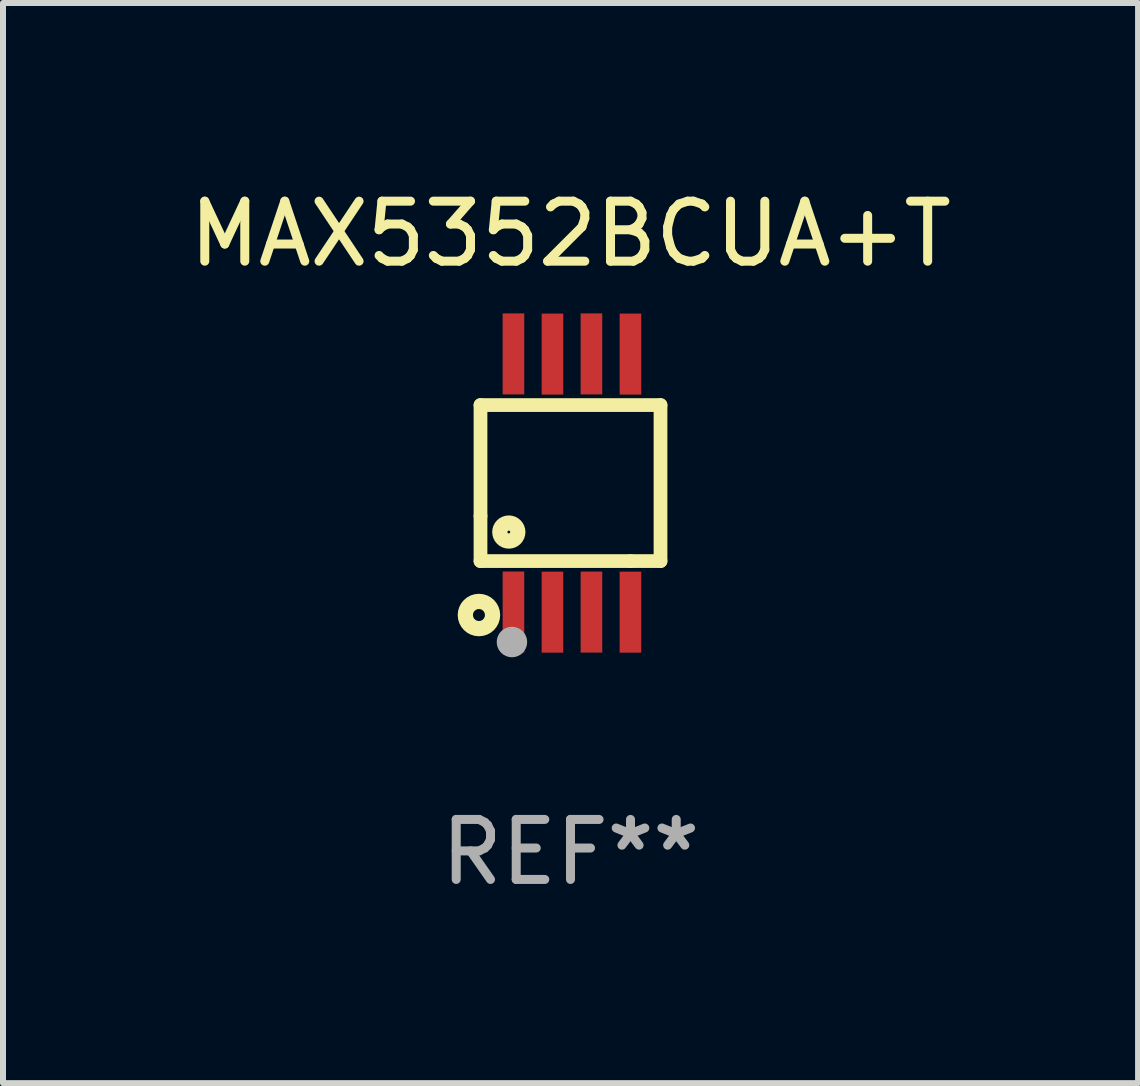
<source format=kicad_pcb>
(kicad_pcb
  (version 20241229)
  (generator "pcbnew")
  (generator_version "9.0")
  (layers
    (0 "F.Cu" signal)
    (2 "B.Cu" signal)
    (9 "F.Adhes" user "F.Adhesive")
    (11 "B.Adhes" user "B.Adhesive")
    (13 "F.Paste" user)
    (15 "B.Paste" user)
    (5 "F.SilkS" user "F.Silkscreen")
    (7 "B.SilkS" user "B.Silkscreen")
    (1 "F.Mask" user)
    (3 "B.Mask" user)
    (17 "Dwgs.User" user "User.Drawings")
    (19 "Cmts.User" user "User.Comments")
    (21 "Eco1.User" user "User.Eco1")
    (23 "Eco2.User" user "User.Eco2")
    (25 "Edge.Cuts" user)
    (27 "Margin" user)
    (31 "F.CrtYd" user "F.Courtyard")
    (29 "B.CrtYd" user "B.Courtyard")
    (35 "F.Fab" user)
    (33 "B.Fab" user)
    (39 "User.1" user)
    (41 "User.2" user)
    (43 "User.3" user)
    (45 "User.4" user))
  (footprint "MAX5352BCUA+T"
    (layer "F.Cu")
    (at 6.458 5)
    (property "Reference" "MAX5352BCUA+T" (at 0 -4.152 0) (layer "F.SilkS") (effects (font (size 1 1) (thickness 0.15))))
    (attr through_hole)
    (fp_line (start -1.5 1.301) (end 1 1.301) (stroke (width 0.229) (type solid)) (layer "F.SilkS"))
    (fp_line (start -1.5 -1.299) (end -1.5 0.551) (stroke (width 0.229) (type solid)) (layer "F.SilkS"))
    (fp_line (start -1.5 0.551) (end -1.5 1.301) (stroke (width 0.229) (type solid)) (layer "F.SilkS"))
    (fp_line (start 1 1.301) (end 1.5 1.301) (stroke (width 0.229) (type solid)) (layer "F.SilkS"))
    (fp_line (start 1.5 1.301) (end 1.5 -1.299) (stroke (width 0.229) (type solid)) (layer "F.SilkS"))
    (fp_line (start 1.5 -1.299) (end -1.5 -1.299) (stroke (width 0.229) (type solid)) (layer "F.SilkS"))
    (fp_circle (center -1.526 2.2) (end -1.426 2.2) (stroke (width 0.254) (type solid)) (fill no) (layer "F.SilkS"))
    (fp_circle (center -1.476 2.45) (end -1.446 2.45) (stroke (width 0.06) (type solid)) (fill no) (layer "F.SilkS"))
    (fp_circle (center -1.028 0.817) (end -0.878 0.817) (stroke (width 0.254) (type solid)) (fill no) (layer "F.SilkS"))
    (fp_circle (center -0.976 2.65) (end -0.849 2.65) (stroke (width 0.254) (type solid)) (fill no) (layer "F.Fab"))
    (fp_text user "REF**" (at 0 6.152 0) (layer "F.Fab") (effects (font (size 1 1) (thickness 0.15))))
    (pad "1" smd rect (at -0.951 2.15) (size 0.36 1.35) (layers "F.Cu" "F.Mask" "F.Paste"))
    (pad "2" smd rect (at -0.301 2.152) (size 0.36 1.35) (layers "F.Cu" "F.Mask" "F.Paste"))
    (pad "3" smd rect (at 0.349 2.151) (size 0.36 1.35) (layers "F.Cu" "F.Mask" "F.Paste"))
    (pad "4" smd rect (at 0.999 2.152) (size 0.36 1.35) (layers "F.Cu" "F.Mask" "F.Paste"))
    (pad "5" smd rect (at 0.999 -2.149) (size 0.36 1.35) (layers "F.Cu" "F.Mask" "F.Paste"))
    (pad "6" smd rect (at 0.349 -2.152) (size 0.36 1.35) (layers "F.Cu" "F.Mask" "F.Paste"))
    (pad "7" smd rect (at -0.301 -2.149) (size 0.36 1.35) (layers "F.Cu" "F.Mask" "F.Paste"))
    (pad "8" smd rect (at -0.951 -2.152) (size 0.36 1.35) (layers "F.Cu" "F.Mask" "F.Paste")))
  (gr_rect
    (start -3 -3)
    (end 15.917 15.001)
    (stroke (width 0.1) (type default))
    (fill no)
    (layer "Edge.Cuts")))
</source>
